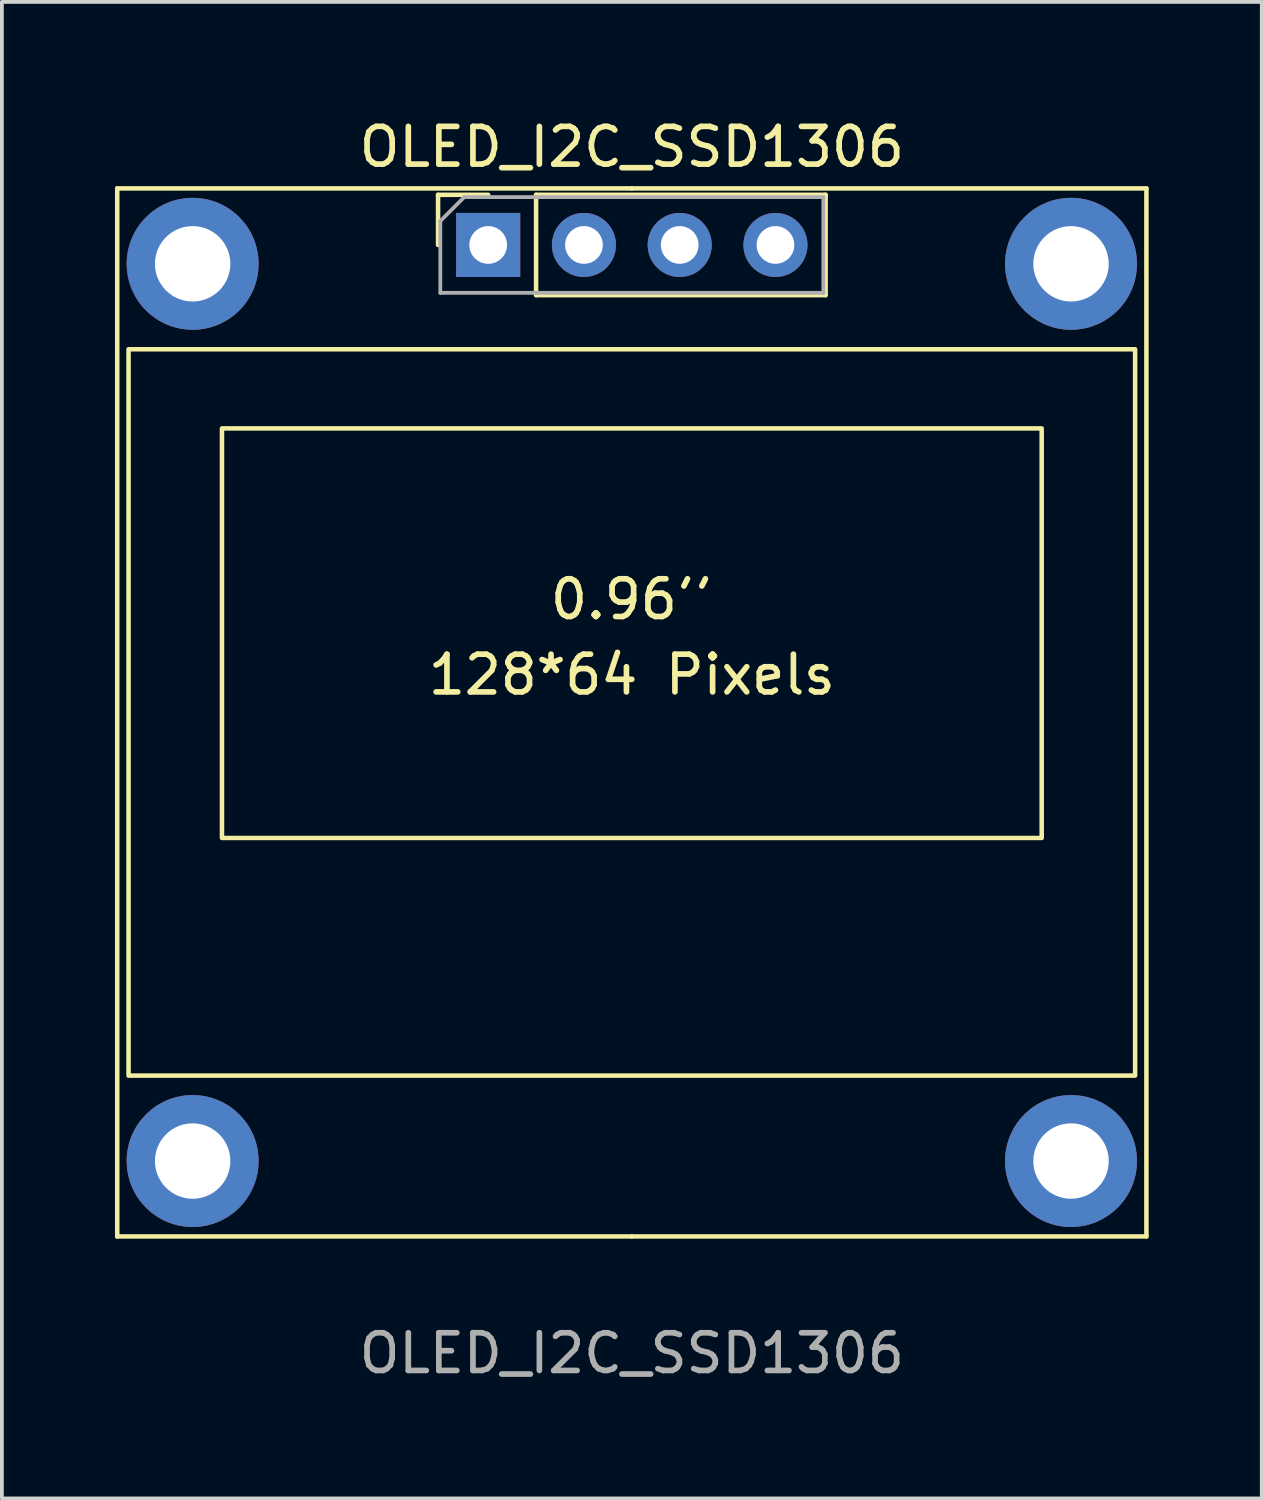
<source format=kicad_pcb>
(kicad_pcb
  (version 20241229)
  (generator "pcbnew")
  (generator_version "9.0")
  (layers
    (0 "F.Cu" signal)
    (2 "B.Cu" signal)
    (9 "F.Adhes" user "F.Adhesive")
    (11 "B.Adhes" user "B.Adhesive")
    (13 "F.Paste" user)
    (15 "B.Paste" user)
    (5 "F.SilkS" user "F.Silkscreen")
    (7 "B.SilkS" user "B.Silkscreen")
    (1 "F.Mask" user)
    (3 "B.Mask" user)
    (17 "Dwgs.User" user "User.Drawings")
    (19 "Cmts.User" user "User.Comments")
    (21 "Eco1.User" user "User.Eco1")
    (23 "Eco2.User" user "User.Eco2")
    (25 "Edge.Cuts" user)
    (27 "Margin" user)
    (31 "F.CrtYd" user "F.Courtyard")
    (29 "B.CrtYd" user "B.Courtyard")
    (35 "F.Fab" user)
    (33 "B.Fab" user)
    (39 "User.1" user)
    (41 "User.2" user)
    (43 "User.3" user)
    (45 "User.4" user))
  (footprint "OLED_I2C_SSD1306"
    (layer "F.Cu")
    (at 13.71 15.848)
    (property "Reference" "OLED_I2C_SSD1306" (at 0 -15 0) (unlocked yes) (layer "F.SilkS") (effects (font (size 1 1) (thickness 0.15))))
    (attr through_hole)
    (fp_line (start -13.65 -13.9) (end -13.65 13.9) (stroke (width 0.12) (type solid)) (layer "F.SilkS"))
    (fp_line (start -13.65 -13.9) (end 0 -13.9) (stroke (width 0.12) (type solid)) (layer "F.SilkS"))
    (fp_line (start -13.65 13.9) (end 0 13.9) (stroke (width 0.12) (type solid)) (layer "F.SilkS"))
    (fp_line (start -5.14 -13.73) (end -3.81 -13.73) (stroke (width 0.12) (type solid)) (layer "F.SilkS"))
    (fp_line (start -5.14 -12.4) (end -5.14 -13.73) (stroke (width 0.12) (type solid)) (layer "F.SilkS"))
    (fp_line (start -2.54 -13.73) (end 5.14 -13.73) (stroke (width 0.12) (type solid)) (layer "F.SilkS"))
    (fp_line (start -2.54 -11.07) (end -2.54 -13.73) (stroke (width 0.12) (type solid)) (layer "F.SilkS"))
    (fp_line (start -2.54 -11.07) (end 5.14 -11.07) (stroke (width 0.12) (type solid)) (layer "F.SilkS"))
    (fp_line (start 0 -13.9) (end 13.65 -13.9) (stroke (width 0.12) (type solid)) (layer "F.SilkS"))
    (fp_line (start 0 13.9) (end 13.65 13.9) (stroke (width 0.12) (type solid)) (layer "F.SilkS"))
    (fp_line (start 5.14 -11.07) (end 5.14 -13.73) (stroke (width 0.12) (type solid)) (layer "F.SilkS"))
    (fp_line (start 13.65 13.9) (end 13.65 -13.9) (stroke (width 0.12) (type solid)) (layer "F.SilkS"))
    (fp_rect (start -13.35 -9.634) (end 13.35 9.634) (stroke (width 0.12) (type solid)) (fill no) (layer "F.SilkS"))
    (fp_rect (start -10.872 -7.534) (end 10.872 3.33) (stroke (width 0.12) (type solid)) (fill no) (layer "F.SilkS"))
    (fp_line (start -5.08 -13.035) (end -4.445 -13.67) (stroke (width 0.1) (type solid)) (layer "F.Fab"))
    (fp_line (start -5.08 -11.13) (end -5.08 -13.035) (stroke (width 0.1) (type solid)) (layer "F.Fab"))
    (fp_line (start -4.445 -13.67) (end 5.08 -13.67) (stroke (width 0.1) (type solid)) (layer "F.Fab"))
    (fp_line (start 5.08 -13.67) (end 5.08 -11.13) (stroke (width 0.1) (type solid)) (layer "F.Fab"))
    (fp_line (start 5.08 -11.13) (end -5.08 -11.13) (stroke (width 0.1) (type solid)) (layer "F.Fab"))
    (fp_text user "128*64 Pixels" (at 0 -1 0) (unlocked yes) (layer "F.SilkS") (effects (font (size 1 1) (thickness 0.15))))
    (fp_text user "0.96''" (at 0 -3 0) (unlocked yes) (layer "F.SilkS") (effects (font (size 1 1) (thickness 0.15))))
    (fp_text user "${REFERENCE}" (at 0 17 0) (unlocked yes) (layer "F.Fab") (effects (font (size 1 1) (thickness 0.15))))
    (pad "" np_thru_hole circle (at -11.65 -11.9) (size 3.5 3.5) (drill 2) (layers "*.Cu" "*.Mask"))
    (pad "" np_thru_hole circle (at -11.65 11.9) (size 3.5 3.5) (drill 2) (layers "*.Cu" "*.Mask"))
    (pad "" np_thru_hole circle (at 11.65 -11.9) (size 3.5 3.5) (drill 2) (layers "*.Cu" "*.Mask"))
    (pad "" np_thru_hole circle (at 11.65 11.9) (size 3.5 3.5) (drill 2) (layers "*.Cu" "*.Mask"))
    (pad "1" thru_hole rect (at -3.81 -12.4 90) (size 1.7 1.7) (drill 1) (layers "*.Cu" "*.Mask"))
    (pad "2" thru_hole oval (at -1.27 -12.4 90) (size 1.7 1.7) (drill 1) (layers "*.Cu" "*.Mask"))
    (pad "3" thru_hole oval (at 1.27 -12.4 90) (size 1.7 1.7) (drill 1) (layers "*.Cu" "*.Mask"))
    (pad "4" thru_hole oval (at 3.81 -12.4 90) (size 1.7 1.7) (drill 1) (layers "*.Cu" "*.Mask")))
  (gr_rect
    (start -3 -3)
    (end 30.42 36.697)
    (stroke (width 0.1) (type default))
    (fill no)
    (layer "Edge.Cuts")))
</source>
